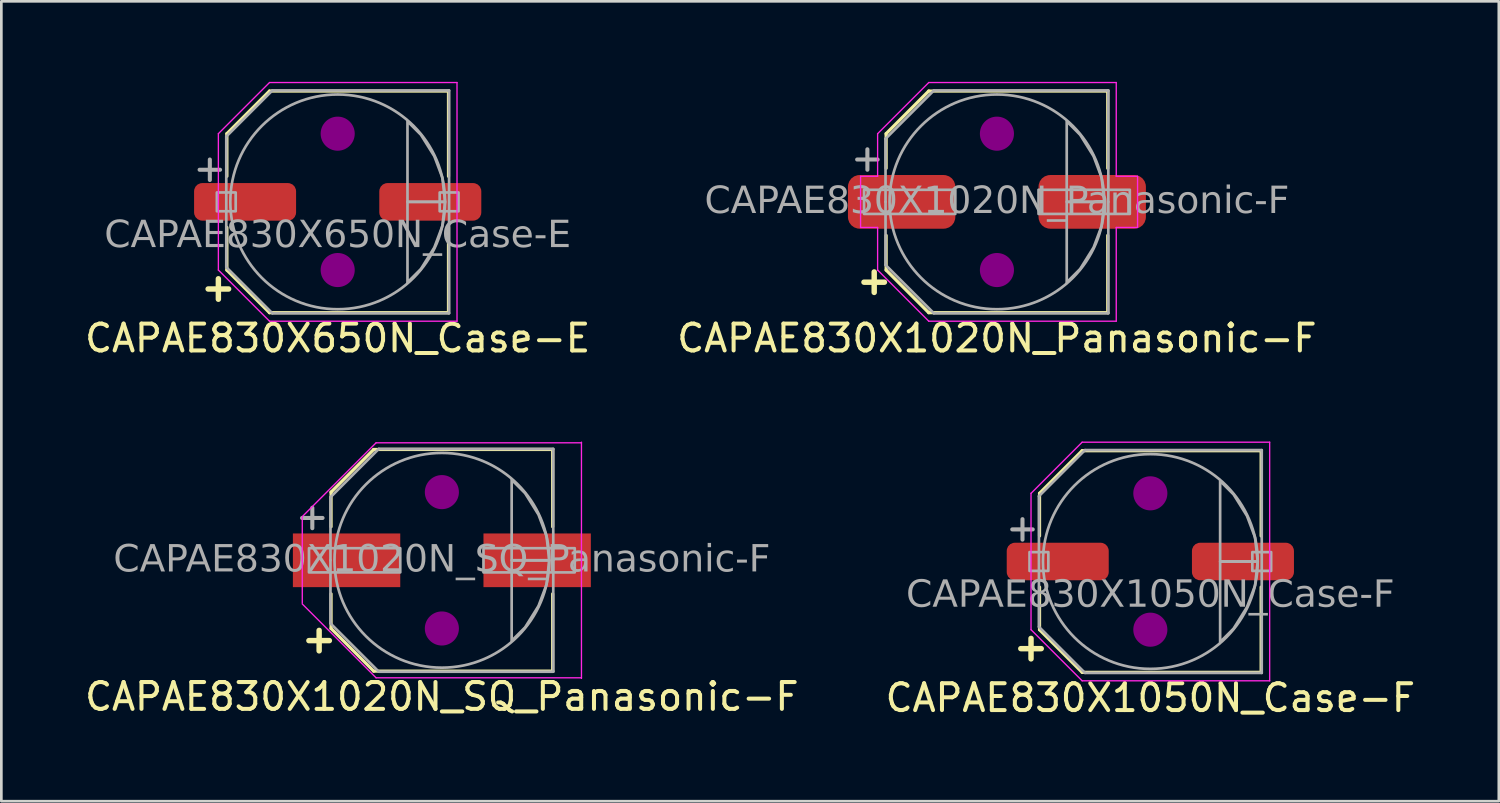
<source format=kicad_pcb>
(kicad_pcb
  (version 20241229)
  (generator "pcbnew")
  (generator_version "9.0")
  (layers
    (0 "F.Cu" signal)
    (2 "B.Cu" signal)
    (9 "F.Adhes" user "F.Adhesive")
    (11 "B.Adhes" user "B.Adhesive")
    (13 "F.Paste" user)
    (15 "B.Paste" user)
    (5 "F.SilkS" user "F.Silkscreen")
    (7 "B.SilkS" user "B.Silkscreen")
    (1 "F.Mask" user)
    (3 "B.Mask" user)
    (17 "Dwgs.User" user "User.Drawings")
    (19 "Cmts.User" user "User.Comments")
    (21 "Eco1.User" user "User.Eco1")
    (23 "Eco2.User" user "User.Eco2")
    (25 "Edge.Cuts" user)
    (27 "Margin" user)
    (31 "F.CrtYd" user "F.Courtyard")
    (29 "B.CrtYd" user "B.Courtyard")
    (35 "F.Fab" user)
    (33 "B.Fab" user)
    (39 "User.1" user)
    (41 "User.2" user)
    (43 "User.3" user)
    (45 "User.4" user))
  (footprint "CAPAE830X650N_Case-E"
    (layer "F.Cu")
    (at 9.53 4.47)
    (property "Reference" "CAPAE830X650N_Case-E" (at 0 5.08 0) (layer "F.SilkS") (effects (font (size 1 1) (thickness 0.15))))
    (attr smd)
    (fp_line (start -4.128 -2.54) (end -2.54 -4.128) (stroke (width 0.12) (type default)) (layer "F.SilkS"))
    (fp_line (start -4.128 -0.953) (end -4.128 -2.54) (stroke (width 0.12) (type default)) (layer "F.SilkS"))
    (fp_line (start -4.128 2.54) (end -4.128 0.953) (stroke (width 0.12) (type default)) (layer "F.SilkS"))
    (fp_line (start -2.54 -4.128) (end 4.128 -4.128) (stroke (width 0.12) (type solid)) (layer "F.SilkS"))
    (fp_line (start -2.54 4.128) (end -4.128 2.54) (stroke (width 0.12) (type default)) (layer "F.SilkS"))
    (fp_line (start -2.54 4.128) (end 4.128 4.128) (stroke (width 0.12) (type solid)) (layer "F.SilkS"))
    (fp_line (start 4.128 -0.953) (end 4.128 -4.128) (stroke (width 0.12) (type solid)) (layer "F.SilkS"))
    (fp_line (start 4.128 4.128) (end 4.128 0.953) (stroke (width 0.12) (type solid)) (layer "F.SilkS"))
    (fp_circle (center 0 -2.54) (end 0.635 -2.54) (stroke (width 0) (type solid)) (fill yes) (layer "F.Adhes"))
    (fp_circle (center 0 2.54) (end 0.635 2.54) (stroke (width 0) (type solid)) (fill yes) (layer "F.Adhes"))
    (fp_line (start -4.445 -2.54) (end -4.445 2.54) (stroke (width 0.05) (type solid)) (layer "F.CrtYd"))
    (fp_line (start -4.445 -2.54) (end -2.54 -4.445) (stroke (width 0.05) (type solid)) (layer "F.CrtYd"))
    (fp_line (start -4.445 2.54) (end -2.54 4.445) (stroke (width 0.05) (type solid)) (layer "F.CrtYd"))
    (fp_line (start -2.54 -4.445) (end 4.445 -4.445) (stroke (width 0.05) (type solid)) (layer "F.CrtYd"))
    (fp_line (start -2.54 4.445) (end 4.445 4.445) (stroke (width 0.05) (type solid)) (layer "F.CrtYd"))
    (fp_line (start 4.445 -4.445) (end 4.445 4.445) (stroke (width 0.05) (type solid)) (layer "F.CrtYd"))
    (fp_line (start -4.15 -2.435) (end -4.15 2.435) (stroke (width 0.1) (type solid)) (layer "F.Fab"))
    (fp_line (start -2.435 -4.15) (end -4.15 -2.435) (stroke (width 0.1) (type solid)) (layer "F.Fab"))
    (fp_line (start -2.435 -4.15) (end 4.15 -4.15) (stroke (width 0.1) (type solid)) (layer "F.Fab"))
    (fp_line (start -2.435 4.15) (end -4.15 2.435) (stroke (width 0.1) (type solid)) (layer "F.Fab"))
    (fp_line (start -2.435 4.15) (end 4.15 4.15) (stroke (width 0.1) (type solid)) (layer "F.Fab"))
    (fp_line (start 4.15 -4.15) (end 4.15 4.15) (stroke (width 0.1) (type solid)) (layer "F.Fab"))
    (fp_rect (start -4.5 0.35) (end -3.8 -0.35) (stroke (width 0.1) (type solid)) (fill no) (layer "F.Fab"))
    (fp_rect (start 4.5 -0.35) (end 3.8 0.35) (stroke (width 0.1) (type solid)) (fill no) (layer "F.Fab"))
    (fp_circle (center 0 0) (end 4 0) (stroke (width 0.1) (type default)) (fill no) (layer "F.Fab"))
    (fp_poly (pts (xy 2.6 -3) (xy 3.1 -2.5) (xy 3.6 -1.7) (xy 3.9 -0.9) (xy 4 0) (xy 2.6 0)) (stroke (width 0.1) (type solid)) (fill no) (layer "F.Fab"))
    (fp_poly (pts (xy 2.6 3) (xy 3.1 2.5) (xy 3.6 1.7) (xy 3.9 0.9) (xy 4 0) (xy 2.6 0)) (stroke (width 0.1) (type solid)) (fill no) (layer "F.Fab"))
    (fp_text user "+" (at -4.445 3.175 0) (unlocked yes) (layer "F.SilkS") (effects (font (size 1 1) (thickness 0.203) (bold yes))))
    (fp_text user "${REFERENCE}" (at 0 1.27 0) (layer "F.Fab") (effects (font (face "Tahoma") (size 1 1) (thickness 0.12))))
    (fp_text user "+" (at -4.763 -1.27 0) (unlocked yes) (layer "F.Fab") (effects (font (size 1 1) (thickness 0.152))))
    (pad "1" smd roundrect (at -3.45 0) (size 3.8 1.4) (layers "F.Cu" "F.Mask" "F.Paste") (roundrect_rratio 0.217))
    (pad "2" smd roundrect (at 3.45 0) (size 3.8 1.4) (layers "F.Cu" "F.Mask" "F.Paste") (roundrect_rratio 0.217)))
  (footprint "CAPAE830X1020N_SQ_Panasonic-F"
    (layer "F.Cu")
    (at 13.411 17.823)
    (property "Reference" "CAPAE830X1020N_SQ_Panasonic-F" (at 0 5.08 0) (layer "F.SilkS") (effects (font (size 1 1) (thickness 0.15))))
    (attr smd)
    (fp_line (start -4.128 -2.54) (end -2.54 -4.128) (stroke (width 0.12) (type default)) (layer "F.SilkS"))
    (fp_line (start -4.128 -1.25) (end -4.128 -2.54) (stroke (width 0.12) (type default)) (layer "F.SilkS"))
    (fp_line (start -4.128 2.54) (end -4.128 1.25) (stroke (width 0.12) (type default)) (layer "F.SilkS"))
    (fp_line (start -2.54 -4.128) (end 4.128 -4.128) (stroke (width 0.12) (type solid)) (layer "F.SilkS"))
    (fp_line (start -2.54 4.128) (end -4.128 2.54) (stroke (width 0.12) (type default)) (layer "F.SilkS"))
    (fp_line (start -2.54 4.128) (end 4.128 4.128) (stroke (width 0.12) (type solid)) (layer "F.SilkS"))
    (fp_line (start 4.128 -1.25) (end 4.128 -4.128) (stroke (width 0.12) (type solid)) (layer "F.SilkS"))
    (fp_line (start 4.128 4.128) (end 4.128 1.25) (stroke (width 0.12) (type solid)) (layer "F.SilkS"))
    (fp_circle (center 0 -2.54) (end 0.635 -2.54) (stroke (width 0) (type solid)) (fill yes) (layer "F.Adhes"))
    (fp_circle (center 0 2.54) (end 0.635 2.54) (stroke (width 0) (type solid)) (fill yes) (layer "F.Adhes"))
    (fp_line (start -5.2 -1.6) (end -5.2 0) (stroke (width 0.05) (type solid)) (layer "F.CrtYd"))
    (fp_line (start -5.2 1.6) (end -5.2 0) (stroke (width 0.05) (type solid)) (layer "F.CrtYd"))
    (fp_line (start -2.45 -4.378) (end -5.2 -1.628) (stroke (width 0.05) (type default)) (layer "F.CrtYd"))
    (fp_line (start -2.45 -4.378) (end 5.2 -4.378) (stroke (width 0.05) (type solid)) (layer "F.CrtYd"))
    (fp_line (start -2.45 4.378) (end -5.2 1.628) (stroke (width 0.05) (type default)) (layer "F.CrtYd"))
    (fp_line (start -2.45 4.378) (end 5.2 4.378) (stroke (width 0.05) (type solid)) (layer "F.CrtYd"))
    (fp_line (start 5.2 -4.4) (end 5.2 0) (stroke (width 0.05) (type solid)) (layer "F.CrtYd"))
    (fp_line (start 5.2 4.4) (end 5.2 0) (stroke (width 0.05) (type solid)) (layer "F.CrtYd"))
    (fp_line (start -4.15 -2.35) (end -4.15 0) (stroke (width 0.1) (type solid)) (layer "F.Fab"))
    (fp_line (start -4.15 2.35) (end -4.15 0) (stroke (width 0.1) (type solid)) (layer "F.Fab"))
    (fp_line (start -2.35 -4.15) (end -4.15 -2.35) (stroke (width 0.1) (type solid)) (layer "F.Fab"))
    (fp_line (start -2.35 -4.15) (end 4.15 -4.15) (stroke (width 0.1) (type solid)) (layer "F.Fab"))
    (fp_line (start -2.35 4.15) (end -4.15 2.35) (stroke (width 0.1) (type solid)) (layer "F.Fab"))
    (fp_line (start -2.35 4.15) (end 4.15 4.15) (stroke (width 0.1) (type solid)) (layer "F.Fab"))
    (fp_line (start 4.15 -4.15) (end 4.15 0) (stroke (width 0.1) (type solid)) (layer "F.Fab"))
    (fp_line (start 4.15 4.15) (end 4.15 0) (stroke (width 0.1) (type solid)) (layer "F.Fab"))
    (fp_rect (start -4.95 0.45) (end -1.55 -0.45) (stroke (width 0.1) (type solid)) (fill no) (layer "F.Fab"))
    (fp_rect (start 1.55 0.45) (end 4.95 -0.45) (stroke (width 0.1) (type solid)) (fill no) (layer "F.Fab"))
    (fp_circle (center 0 0) (end 4 0) (stroke (width 0.1) (type default)) (fill no) (layer "F.Fab"))
    (fp_poly (pts (xy 2.6 -3) (xy 3.1 -2.5) (xy 3.6 -1.7) (xy 3.9 -0.9) (xy 4 0) (xy 2.6 0)) (stroke (width 0.1) (type solid)) (fill no) (layer "F.Fab"))
    (fp_poly (pts (xy 2.6 3) (xy 3.1 2.5) (xy 3.6 1.7) (xy 3.9 0.9) (xy 4 0) (xy 2.6 0)) (stroke (width 0.1) (type solid)) (fill no) (layer "F.Fab"))
    (fp_text user "+" (at -4.572 2.921 0) (unlocked yes) (layer "F.SilkS") (effects (font (size 1 1) (thickness 0.203) (bold yes))))
    (fp_text user "+" (at -4.826 -1.651 0) (unlocked yes) (layer "F.Fab") (effects (font (size 1 1) (thickness 0.152))))
    (fp_text user "${REFERENCE}" (at 0 0 0) (layer "F.Fab") (effects (font (face "Tahoma") (size 1 1) (thickness 0.15))))
    (pad "1" smd rect (at -3.55 0) (size 4 2) (layers "F.Cu" "F.Mask" "F.Paste"))
    (pad "2" smd rect (at 3.55 0) (size 4 2) (layers "F.Cu" "F.Mask" "F.Paste")))
  (footprint "CAPAE830X1050N_Case-F"
    (layer "F.Cu")
    (at 39.804 17.868)
    (property "Reference" "CAPAE830X1050N_Case-F" (at 0 5.08 0) (layer "F.SilkS") (effects (font (size 1 1) (thickness 0.15))))
    (attr smd)
    (fp_line (start -4.128 -2.54) (end -2.54 -4.128) (stroke (width 0.12) (type default)) (layer "F.SilkS"))
    (fp_line (start -4.128 -0.953) (end -4.128 -2.54) (stroke (width 0.12) (type default)) (layer "F.SilkS"))
    (fp_line (start -4.128 2.54) (end -4.128 0.953) (stroke (width 0.12) (type default)) (layer "F.SilkS"))
    (fp_line (start -2.54 -4.128) (end 4.128 -4.128) (stroke (width 0.12) (type solid)) (layer "F.SilkS"))
    (fp_line (start -2.54 4.128) (end -4.128 2.54) (stroke (width 0.12) (type default)) (layer "F.SilkS"))
    (fp_line (start -2.54 4.128) (end 4.128 4.128) (stroke (width 0.12) (type solid)) (layer "F.SilkS"))
    (fp_line (start 4.128 -0.953) (end 4.128 -4.128) (stroke (width 0.12) (type solid)) (layer "F.SilkS"))
    (fp_line (start 4.128 4.128) (end 4.128 0.953) (stroke (width 0.12) (type solid)) (layer "F.SilkS"))
    (fp_circle (center 0 -2.54) (end 0.635 -2.54) (stroke (width 0) (type solid)) (fill yes) (layer "F.Adhes"))
    (fp_circle (center 0 2.54) (end 0.635 2.54) (stroke (width 0) (type solid)) (fill yes) (layer "F.Adhes"))
    (fp_line (start -4.445 -2.54) (end -4.445 2.54) (stroke (width 0.05) (type solid)) (layer "F.CrtYd"))
    (fp_line (start -4.445 -2.54) (end -2.54 -4.445) (stroke (width 0.05) (type solid)) (layer "F.CrtYd"))
    (fp_line (start -4.445 2.54) (end -2.54 4.445) (stroke (width 0.05) (type solid)) (layer "F.CrtYd"))
    (fp_line (start -2.54 -4.445) (end 4.445 -4.445) (stroke (width 0.05) (type solid)) (layer "F.CrtYd"))
    (fp_line (start -2.54 4.445) (end 4.445 4.445) (stroke (width 0.05) (type solid)) (layer "F.CrtYd"))
    (fp_line (start 4.445 -4.445) (end 4.445 4.445) (stroke (width 0.05) (type solid)) (layer "F.CrtYd"))
    (fp_line (start -4.15 -2.435) (end -4.15 2.435) (stroke (width 0.1) (type solid)) (layer "F.Fab"))
    (fp_line (start -2.435 -4.15) (end -4.15 -2.435) (stroke (width 0.1) (type solid)) (layer "F.Fab"))
    (fp_line (start -2.435 -4.15) (end 4.15 -4.15) (stroke (width 0.1) (type solid)) (layer "F.Fab"))
    (fp_line (start -2.435 4.15) (end -4.15 2.435) (stroke (width 0.1) (type solid)) (layer "F.Fab"))
    (fp_line (start -2.435 4.15) (end 4.15 4.15) (stroke (width 0.1) (type solid)) (layer "F.Fab"))
    (fp_line (start 4.15 -4.15) (end 4.15 4.15) (stroke (width 0.1) (type solid)) (layer "F.Fab"))
    (fp_rect (start -4.5 0.35) (end -3.8 -0.35) (stroke (width 0.1) (type solid)) (fill no) (layer "F.Fab"))
    (fp_rect (start 4.5 -0.35) (end 3.8 0.35) (stroke (width 0.1) (type solid)) (fill no) (layer "F.Fab"))
    (fp_circle (center 0 0) (end 4 0) (stroke (width 0.1) (type default)) (fill no) (layer "F.Fab"))
    (fp_poly (pts (xy 2.6 -3) (xy 3.1 -2.5) (xy 3.6 -1.7) (xy 3.9 -0.9) (xy 4 0) (xy 2.6 0)) (stroke (width 0.1) (type solid)) (fill no) (layer "F.Fab"))
    (fp_poly (pts (xy 2.6 3) (xy 3.1 2.5) (xy 3.6 1.7) (xy 3.9 0.9) (xy 4 0) (xy 2.6 0)) (stroke (width 0.1) (type solid)) (fill no) (layer "F.Fab"))
    (fp_text user "+" (at -4.445 3.175 0) (unlocked yes) (layer "F.SilkS") (effects (font (size 1 1) (thickness 0.203) (bold yes))))
    (fp_text user "${REFERENCE}" (at 0 1.27 0) (layer "F.Fab") (effects (font (face "Tahoma") (size 1 1) (thickness 0.12))))
    (fp_text user "+" (at -4.763 -1.27 0) (unlocked yes) (layer "F.Fab") (effects (font (size 1 1) (thickness 0.152))))
    (pad "1" smd roundrect (at -3.45 0) (size 3.8 1.4) (layers "F.Cu" "F.Mask" "F.Paste") (roundrect_rratio 0.217))
    (pad "2" smd roundrect (at 3.45 0) (size 3.8 1.4) (layers "F.Cu" "F.Mask" "F.Paste") (roundrect_rratio 0.217)))
  (footprint "CAPAE830X1020N_Panasonic-F"
    (layer "F.Cu")
    (at 34.089 4.47)
    (property "Reference" "CAPAE830X1020N_Panasonic-F" (at 0 5.08 0) (layer "F.SilkS") (effects (font (size 1 1) (thickness 0.15))))
    (attr smd)
    (fp_line (start -4.128 -2.54) (end -2.54 -4.128) (stroke (width 0.12) (type default)) (layer "F.SilkS"))
    (fp_line (start -4.128 -1.25) (end -4.128 -2.54) (stroke (width 0.12) (type default)) (layer "F.SilkS"))
    (fp_line (start -4.128 2.54) (end -4.128 1.25) (stroke (width 0.12) (type default)) (layer "F.SilkS"))
    (fp_line (start -2.54 -4.128) (end 4.128 -4.128) (stroke (width 0.12) (type solid)) (layer "F.SilkS"))
    (fp_line (start -2.54 4.128) (end -4.128 2.54) (stroke (width 0.12) (type default)) (layer "F.SilkS"))
    (fp_line (start -2.54 4.128) (end 4.128 4.128) (stroke (width 0.12) (type solid)) (layer "F.SilkS"))
    (fp_line (start 4.128 -1.25) (end 4.128 -4.128) (stroke (width 0.12) (type solid)) (layer "F.SilkS"))
    (fp_line (start 4.128 4.128) (end 4.128 1.25) (stroke (width 0.12) (type solid)) (layer "F.SilkS"))
    (fp_circle (center 0 -2.54) (end 0.635 -2.54) (stroke (width 0) (type solid)) (fill yes) (layer "F.Adhes"))
    (fp_circle (center 0 2.54) (end 0.635 2.54) (stroke (width 0) (type solid)) (fill yes) (layer "F.Adhes"))
    (fp_line (start -5.08 -0.953) (end -5.08 0) (stroke (width 0.05) (type default)) (layer "F.CrtYd"))
    (fp_line (start -5.08 0.953) (end -5.08 0) (stroke (width 0.05) (type default)) (layer "F.CrtYd"))
    (fp_line (start -4.445 -2.54) (end -4.445 -0.953) (stroke (width 0.05) (type default)) (layer "F.CrtYd"))
    (fp_line (start -4.445 -0.953) (end -5.08 -0.953) (stroke (width 0.05) (type default)) (layer "F.CrtYd"))
    (fp_line (start -4.445 0.953) (end -5.08 0.953) (stroke (width 0.05) (type default)) (layer "F.CrtYd"))
    (fp_line (start -4.445 2.54) (end -4.445 0.953) (stroke (width 0.05) (type default)) (layer "F.CrtYd"))
    (fp_line (start -2.54 -4.445) (end -4.445 -2.54) (stroke (width 0.05) (type default)) (layer "F.CrtYd"))
    (fp_line (start -2.54 4.445) (end -4.445 2.54) (stroke (width 0.05) (type default)) (layer "F.CrtYd"))
    (fp_line (start 4.445 -4.445) (end -2.54 -4.445) (stroke (width 0.05) (type default)) (layer "F.CrtYd"))
    (fp_line (start 4.445 -0.953) (end 4.445 -4.445) (stroke (width 0.05) (type default)) (layer "F.CrtYd"))
    (fp_line (start 4.445 0.953) (end 4.445 4.445) (stroke (width 0.05) (type default)) (layer "F.CrtYd"))
    (fp_line (start 4.445 4.445) (end -2.54 4.445) (stroke (width 0.05) (type default)) (layer "F.CrtYd"))
    (fp_line (start 5.239 -0.953) (end 4.445 -0.953) (stroke (width 0.05) (type default)) (layer "F.CrtYd"))
    (fp_line (start 5.239 0) (end 5.239 -0.953) (stroke (width 0.05) (type default)) (layer "F.CrtYd"))
    (fp_line (start 5.239 0) (end 5.239 0.953) (stroke (width 0.05) (type default)) (layer "F.CrtYd"))
    (fp_line (start 5.239 0.953) (end 4.445 0.953) (stroke (width 0.05) (type default)) (layer "F.CrtYd"))
    (fp_line (start -4.15 -2.35) (end -4.15 0) (stroke (width 0.1) (type solid)) (layer "F.Fab"))
    (fp_line (start -4.15 2.35) (end -4.15 0) (stroke (width 0.1) (type solid)) (layer "F.Fab"))
    (fp_line (start -2.35 -4.15) (end -4.15 -2.35) (stroke (width 0.1) (type solid)) (layer "F.Fab"))
    (fp_line (start -2.35 -4.15) (end 4.15 -4.15) (stroke (width 0.1) (type solid)) (layer "F.Fab"))
    (fp_line (start -2.35 4.15) (end -4.15 2.35) (stroke (width 0.1) (type solid)) (layer "F.Fab"))
    (fp_line (start -2.35 4.15) (end 4.15 4.15) (stroke (width 0.1) (type solid)) (layer "F.Fab"))
    (fp_line (start 4.15 -4.15) (end 4.15 0) (stroke (width 0.1) (type solid)) (layer "F.Fab"))
    (fp_line (start 4.15 4.15) (end 4.15 0) (stroke (width 0.1) (type solid)) (layer "F.Fab"))
    (fp_rect (start -4.95 0.45) (end -1.55 -0.45) (stroke (width 0.1) (type solid)) (fill no) (layer "F.Fab"))
    (fp_rect (start 1.55 0.45) (end 4.95 -0.45) (stroke (width 0.1) (type solid)) (fill no) (layer "F.Fab"))
    (fp_circle (center 0 0) (end 4 0) (stroke (width 0.1) (type default)) (fill no) (layer "F.Fab"))
    (fp_poly (pts (xy 2.6 -3) (xy 3.1 -2.5) (xy 3.6 -1.7) (xy 3.9 -0.9) (xy 4 0) (xy 2.6 0)) (stroke (width 0.1) (type solid)) (fill no) (layer "F.Fab"))
    (fp_poly (pts (xy 2.6 3) (xy 3.1 2.5) (xy 3.6 1.7) (xy 3.9 0.9) (xy 4 0) (xy 2.6 0)) (stroke (width 0.1) (type solid)) (fill no) (layer "F.Fab"))
    (fp_text user "+" (at -4.572 2.921 0) (unlocked yes) (layer "F.SilkS") (effects (font (size 1 1) (thickness 0.203) (bold yes))))
    (fp_text user "${REFERENCE}" (at 0 0 0) (layer "F.Fab") (effects (font (face "Tahoma") (size 1 1) (thickness 0.15))))
    (fp_text user "+" (at -4.826 -1.651 0) (unlocked yes) (layer "F.Fab") (effects (font (size 1 1) (thickness 0.152))))
    (pad "1" smd roundrect (at -3.55 0) (size 4 2) (layers "F.Cu" "F.Mask" "F.Paste") (roundrect_rratio 0.217))
    (pad "2" smd roundrect (at 3.55 0) (size 4 2) (layers "F.Cu" "F.Mask" "F.Paste") (roundrect_rratio 0.217)))
  (gr_rect
    (start -3 -3)
    (end 52.786 26.797)
    (stroke (width 0.1) (type default))
    (fill no)
    (layer "Edge.Cuts")))
</source>
